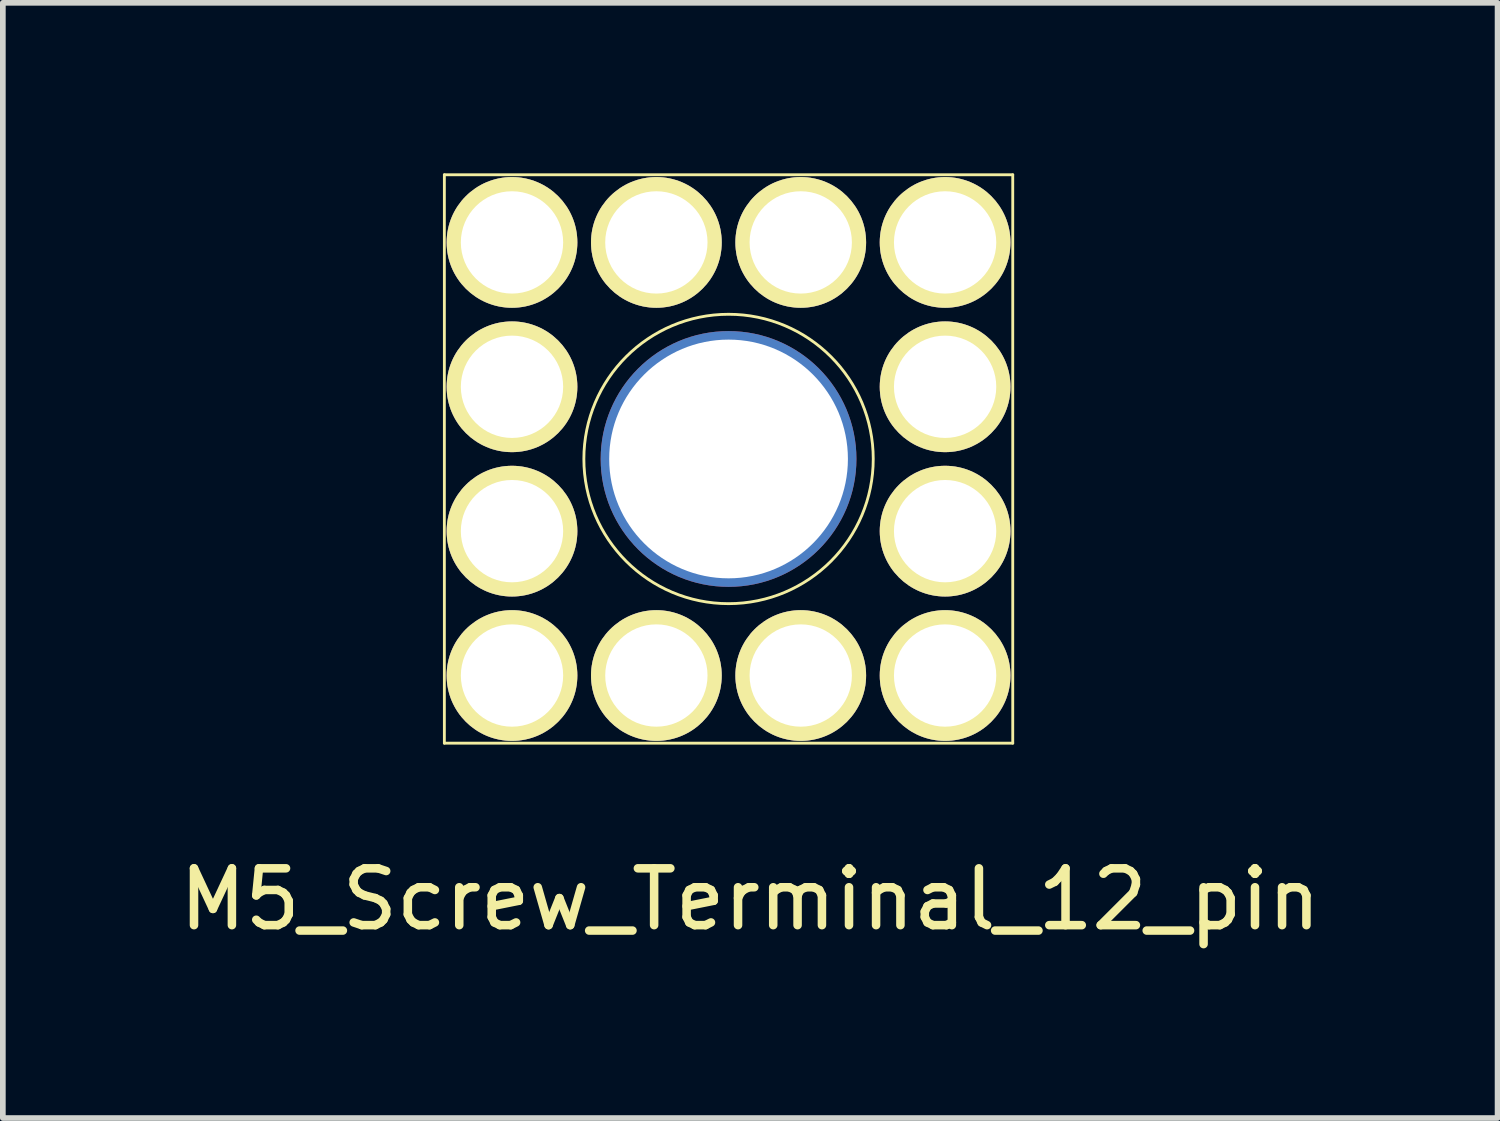
<source format=kicad_pcb>
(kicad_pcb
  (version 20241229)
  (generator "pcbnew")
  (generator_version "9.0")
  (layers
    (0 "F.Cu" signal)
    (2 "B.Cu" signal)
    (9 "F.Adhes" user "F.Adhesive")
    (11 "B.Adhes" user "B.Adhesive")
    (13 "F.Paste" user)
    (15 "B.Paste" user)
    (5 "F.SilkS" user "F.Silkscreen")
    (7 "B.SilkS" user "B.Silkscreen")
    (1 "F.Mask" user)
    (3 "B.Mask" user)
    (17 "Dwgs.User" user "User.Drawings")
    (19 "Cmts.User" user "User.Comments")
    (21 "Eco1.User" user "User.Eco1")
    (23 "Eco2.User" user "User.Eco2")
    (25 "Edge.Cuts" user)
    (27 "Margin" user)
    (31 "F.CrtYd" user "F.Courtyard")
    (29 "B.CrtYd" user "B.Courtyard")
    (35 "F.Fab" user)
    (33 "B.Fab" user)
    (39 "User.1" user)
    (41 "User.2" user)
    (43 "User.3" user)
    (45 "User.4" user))
  (footprint "M5_Screw_Terminal_12_pin"
    (layer "F.Cu")
    (at 9.768 5.025)
    (property "Reference" "M5_Screw_Terminal_12_pin" (at 0.381 7.747 0) (layer "F.SilkS") (effects (font (size 1 1) (thickness 0.15))))
    (attr through_hole)
    (fp_line (start -5 -5) (end -5 5) (stroke (width 0.05) (type solid)) (layer "F.SilkS"))
    (fp_line (start -5 5) (end 5 5) (stroke (width 0.05) (type solid)) (layer "F.SilkS"))
    (fp_line (start 5 -5) (end -5 -5) (stroke (width 0.05) (type solid)) (layer "F.SilkS"))
    (fp_line (start 5 5) (end 5 -5) (stroke (width 0.05) (type solid)) (layer "F.SilkS"))
    (fp_circle (center 0 0) (end 1.8 1.8) (stroke (width 0.05) (type solid)) (fill no) (layer "F.SilkS"))
    (pad "" np_thru_hole circle (at 0 0) (size 4.5 4.5) (drill 4.2) (layers "*.Cu" "*.Mask"))
    (pad "1" thru_hole circle (at -3.81 -3.81) (size 2.3 2.3) (drill oval 1.8) (layers "*.Cu" "*.Mask" "F.SilkS"))
    (pad "1" thru_hole circle (at -3.81 -1.27) (size 2.3 2.3) (drill oval 1.8) (layers "*.Cu" "*.Mask" "F.SilkS"))
    (pad "1" thru_hole circle (at -3.81 1.27) (size 2.3 2.3) (drill oval 1.8) (layers "*.Cu" "*.Mask" "F.SilkS"))
    (pad "1" thru_hole circle (at -3.81 3.81) (size 2.3 2.3) (drill oval 1.8) (layers "*.Cu" "*.Mask" "F.SilkS"))
    (pad "1" thru_hole circle (at -1.27 -3.81) (size 2.3 2.3) (drill oval 1.8) (layers "*.Cu" "*.Mask" "F.SilkS"))
    (pad "1" thru_hole circle (at -1.27 3.81) (size 2.3 2.3) (drill oval 1.8) (layers "*.Cu" "*.Mask" "F.SilkS"))
    (pad "1" thru_hole circle (at 1.27 -3.81) (size 2.3 2.3) (drill 1.8) (layers "*.Cu" "*.Mask" "F.SilkS"))
    (pad "1" thru_hole circle (at 1.27 3.81) (size 2.3 2.3) (drill oval 1.8) (layers "*.Cu" "*.Mask" "F.SilkS"))
    (pad "1" thru_hole circle (at 3.81 -3.81) (size 2.3 2.3) (drill oval 1.8) (layers "*.Cu" "*.Mask" "F.SilkS"))
    (pad "1" thru_hole circle (at 3.81 -1.27) (size 2.3 2.3) (drill oval 1.8) (layers "*.Cu" "*.Mask" "F.SilkS"))
    (pad "1" thru_hole circle (at 3.81 1.27) (size 2.3 2.3) (drill oval 1.8) (layers "*.Cu" "*.Mask" "F.SilkS"))
    (pad "1" thru_hole circle (at 3.81 3.81) (size 2.3 2.3) (drill oval 1.8) (layers "*.Cu" "*.Mask" "F.SilkS")))
  (gr_rect
    (start -3 -3)
    (end 23.298 16.62)
    (stroke (width 0.1) (type default))
    (fill no)
    (layer "Edge.Cuts")))
</source>
